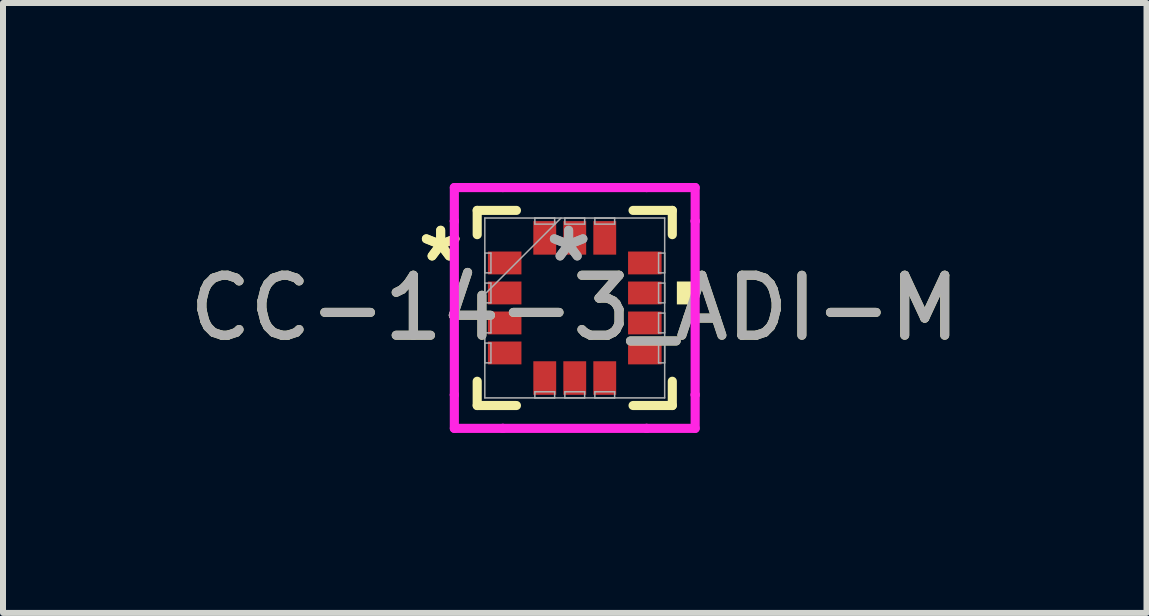
<source format=kicad_pcb>
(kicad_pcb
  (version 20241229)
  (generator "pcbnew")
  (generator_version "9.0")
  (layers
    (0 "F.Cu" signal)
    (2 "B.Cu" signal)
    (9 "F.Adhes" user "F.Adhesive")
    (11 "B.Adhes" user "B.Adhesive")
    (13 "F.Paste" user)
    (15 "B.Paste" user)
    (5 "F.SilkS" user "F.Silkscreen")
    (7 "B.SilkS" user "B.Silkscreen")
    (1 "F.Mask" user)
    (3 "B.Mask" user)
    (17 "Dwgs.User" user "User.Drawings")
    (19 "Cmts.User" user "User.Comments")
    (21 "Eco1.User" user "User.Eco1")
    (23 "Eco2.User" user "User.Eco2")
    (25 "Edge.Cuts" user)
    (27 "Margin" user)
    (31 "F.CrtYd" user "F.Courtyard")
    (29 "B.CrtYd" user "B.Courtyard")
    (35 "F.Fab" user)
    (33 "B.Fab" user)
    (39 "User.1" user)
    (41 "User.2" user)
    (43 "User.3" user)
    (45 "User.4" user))
  (footprint "CC-14-3_ADI-M"
    (layer "F.Cu")
    (at 6.53 2.083)
    (property "Reference" "CC-14-3_ADI-M" (at 0 0 0) (unlocked yes) (layer "F.SilkS") (effects (font (size 1 1) (thickness 0.15))))
    (attr smd)
    (fp_line (start -1.626 -1.626) (end -1.626 -1.222) (stroke (width 0.152) (type solid)) (layer "F.SilkS"))
    (fp_line (start -1.626 1.222) (end -1.626 1.626) (stroke (width 0.152) (type solid)) (layer "F.SilkS"))
    (fp_line (start -1.626 1.626) (end -0.972 1.626) (stroke (width 0.152) (type solid)) (layer "F.SilkS"))
    (fp_line (start -0.972 -1.626) (end -1.626 -1.626) (stroke (width 0.152) (type solid)) (layer "F.SilkS"))
    (fp_line (start 0.972 1.626) (end 1.626 1.626) (stroke (width 0.152) (type solid)) (layer "F.SilkS"))
    (fp_line (start 1.626 -1.626) (end 0.972 -1.626) (stroke (width 0.152) (type solid)) (layer "F.SilkS"))
    (fp_line (start 1.626 -1.222) (end 1.626 -1.626) (stroke (width 0.152) (type solid)) (layer "F.SilkS"))
    (fp_line (start 1.626 1.626) (end 1.626 1.222) (stroke (width 0.152) (type solid)) (layer "F.SilkS"))
    (fp_poly (pts (xy 1.956 -0.441) (xy 1.956 -0.059) (xy 1.702 -0.059) (xy 1.702 -0.441)) (stroke (width 0) (type solid)) (fill yes) (layer "F.SilkS"))
    (fp_line (start -2.007 -2.007) (end -1.198 -2.007) (stroke (width 0.152) (type solid)) (layer "F.CrtYd"))
    (fp_line (start -2.007 -1.448) (end -2.007 -2.007) (stroke (width 0.152) (type solid)) (layer "F.CrtYd"))
    (fp_line (start -2.007 -1.448) (end -2.007 -1.448) (stroke (width 0.152) (type solid)) (layer "F.CrtYd"))
    (fp_line (start -2.007 1.448) (end -2.007 -1.448) (stroke (width 0.152) (type solid)) (layer "F.CrtYd"))
    (fp_line (start -2.007 1.448) (end -2.007 1.448) (stroke (width 0.152) (type solid)) (layer "F.CrtYd"))
    (fp_line (start -2.007 2.007) (end -2.007 1.448) (stroke (width 0.152) (type solid)) (layer "F.CrtYd"))
    (fp_line (start -1.198 -2.007) (end -1.198 -2.007) (stroke (width 0.152) (type solid)) (layer "F.CrtYd"))
    (fp_line (start -1.198 -2.007) (end 1.198 -2.007) (stroke (width 0.152) (type solid)) (layer "F.CrtYd"))
    (fp_line (start -1.198 2.007) (end -2.007 2.007) (stroke (width 0.152) (type solid)) (layer "F.CrtYd"))
    (fp_line (start -1.198 2.007) (end -1.198 2.007) (stroke (width 0.152) (type solid)) (layer "F.CrtYd"))
    (fp_line (start 1.198 -2.007) (end 1.198 -2.007) (stroke (width 0.152) (type solid)) (layer "F.CrtYd"))
    (fp_line (start 1.198 -2.007) (end 2.007 -2.007) (stroke (width 0.152) (type solid)) (layer "F.CrtYd"))
    (fp_line (start 1.198 2.007) (end -1.198 2.007) (stroke (width 0.152) (type solid)) (layer "F.CrtYd"))
    (fp_line (start 1.198 2.007) (end 1.198 2.007) (stroke (width 0.152) (type solid)) (layer "F.CrtYd"))
    (fp_line (start 2.007 -2.007) (end 2.007 -1.448) (stroke (width 0.152) (type solid)) (layer "F.CrtYd"))
    (fp_line (start 2.007 -1.448) (end 2.007 -1.448) (stroke (width 0.152) (type solid)) (layer "F.CrtYd"))
    (fp_line (start 2.007 -1.448) (end 2.007 1.448) (stroke (width 0.152) (type solid)) (layer "F.CrtYd"))
    (fp_line (start 2.007 1.448) (end 2.007 1.448) (stroke (width 0.152) (type solid)) (layer "F.CrtYd"))
    (fp_line (start 2.007 1.448) (end 2.007 2.007) (stroke (width 0.152) (type solid)) (layer "F.CrtYd"))
    (fp_line (start 2.007 2.007) (end 1.198 2.007) (stroke (width 0.152) (type solid)) (layer "F.CrtYd"))
    (fp_line (start -1.499 -1.499) (end -1.499 1.499) (stroke (width 0.025) (type solid)) (layer "F.Fab"))
    (fp_line (start -1.499 -0.915) (end -1.397 -0.915) (stroke (width 0.025) (type solid)) (layer "F.Fab"))
    (fp_line (start -1.499 -0.585) (end -1.499 -0.915) (stroke (width 0.025) (type solid)) (layer "F.Fab"))
    (fp_line (start -1.499 -0.415) (end -1.397 -0.415) (stroke (width 0.025) (type solid)) (layer "F.Fab"))
    (fp_line (start -1.499 -0.229) (end -0.229 -1.499) (stroke (width 0.025) (type solid)) (layer "F.Fab"))
    (fp_line (start -1.499 -0.085) (end -1.499 -0.415) (stroke (width 0.025) (type solid)) (layer "F.Fab"))
    (fp_line (start -1.499 0.085) (end -1.397 0.085) (stroke (width 0.025) (type solid)) (layer "F.Fab"))
    (fp_line (start -1.499 0.415) (end -1.499 0.085) (stroke (width 0.025) (type solid)) (layer "F.Fab"))
    (fp_line (start -1.499 0.585) (end -1.397 0.585) (stroke (width 0.025) (type solid)) (layer "F.Fab"))
    (fp_line (start -1.499 0.915) (end -1.499 0.585) (stroke (width 0.025) (type solid)) (layer "F.Fab"))
    (fp_line (start -1.499 1.499) (end 1.499 1.499) (stroke (width 0.025) (type solid)) (layer "F.Fab"))
    (fp_line (start -1.397 -0.915) (end -1.397 -0.585) (stroke (width 0.025) (type solid)) (layer "F.Fab"))
    (fp_line (start -1.397 -0.585) (end -1.499 -0.585) (stroke (width 0.025) (type solid)) (layer "F.Fab"))
    (fp_line (start -1.397 -0.415) (end -1.397 -0.085) (stroke (width 0.025) (type solid)) (layer "F.Fab"))
    (fp_line (start -1.397 -0.085) (end -1.499 -0.085) (stroke (width 0.025) (type solid)) (layer "F.Fab"))
    (fp_line (start -1.397 0.085) (end -1.397 0.415) (stroke (width 0.025) (type solid)) (layer "F.Fab"))
    (fp_line (start -1.397 0.415) (end -1.499 0.415) (stroke (width 0.025) (type solid)) (layer "F.Fab"))
    (fp_line (start -1.397 0.585) (end -1.397 0.915) (stroke (width 0.025) (type solid)) (layer "F.Fab"))
    (fp_line (start -1.397 0.915) (end -1.499 0.915) (stroke (width 0.025) (type solid)) (layer "F.Fab"))
    (fp_line (start -0.665 -1.499) (end -0.335 -1.499) (stroke (width 0.025) (type solid)) (layer "F.Fab"))
    (fp_line (start -0.665 -1.397) (end -0.665 -1.499) (stroke (width 0.025) (type solid)) (layer "F.Fab"))
    (fp_line (start -0.665 1.397) (end -0.335 1.397) (stroke (width 0.025) (type solid)) (layer "F.Fab"))
    (fp_line (start -0.665 1.499) (end -0.665 1.397) (stroke (width 0.025) (type solid)) (layer "F.Fab"))
    (fp_line (start -0.335 -1.499) (end -0.335 -1.397) (stroke (width 0.025) (type solid)) (layer "F.Fab"))
    (fp_line (start -0.335 -1.397) (end -0.665 -1.397) (stroke (width 0.025) (type solid)) (layer "F.Fab"))
    (fp_line (start -0.335 1.397) (end -0.335 1.499) (stroke (width 0.025) (type solid)) (layer "F.Fab"))
    (fp_line (start -0.335 1.499) (end -0.665 1.499) (stroke (width 0.025) (type solid)) (layer "F.Fab"))
    (fp_line (start -0.165 -1.499) (end 0.165 -1.499) (stroke (width 0.025) (type solid)) (layer "F.Fab"))
    (fp_line (start -0.165 -1.397) (end -0.165 -1.499) (stroke (width 0.025) (type solid)) (layer "F.Fab"))
    (fp_line (start -0.165 1.397) (end 0.165 1.397) (stroke (width 0.025) (type solid)) (layer "F.Fab"))
    (fp_line (start -0.165 1.499) (end -0.165 1.397) (stroke (width 0.025) (type solid)) (layer "F.Fab"))
    (fp_line (start 0.165 -1.499) (end 0.165 -1.397) (stroke (width 0.025) (type solid)) (layer "F.Fab"))
    (fp_line (start 0.165 -1.397) (end -0.165 -1.397) (stroke (width 0.025) (type solid)) (layer "F.Fab"))
    (fp_line (start 0.165 1.397) (end 0.165 1.499) (stroke (width 0.025) (type solid)) (layer "F.Fab"))
    (fp_line (start 0.165 1.499) (end -0.165 1.499) (stroke (width 0.025) (type solid)) (layer "F.Fab"))
    (fp_line (start 0.335 -1.499) (end 0.665 -1.499) (stroke (width 0.025) (type solid)) (layer "F.Fab"))
    (fp_line (start 0.335 -1.397) (end 0.335 -1.499) (stroke (width 0.025) (type solid)) (layer "F.Fab"))
    (fp_line (start 0.335 1.397) (end 0.665 1.397) (stroke (width 0.025) (type solid)) (layer "F.Fab"))
    (fp_line (start 0.335 1.499) (end 0.335 1.397) (stroke (width 0.025) (type solid)) (layer "F.Fab"))
    (fp_line (start 0.665 -1.499) (end 0.665 -1.397) (stroke (width 0.025) (type solid)) (layer "F.Fab"))
    (fp_line (start 0.665 -1.397) (end 0.335 -1.397) (stroke (width 0.025) (type solid)) (layer "F.Fab"))
    (fp_line (start 0.665 1.397) (end 0.665 1.499) (stroke (width 0.025) (type solid)) (layer "F.Fab"))
    (fp_line (start 0.665 1.499) (end 0.335 1.499) (stroke (width 0.025) (type solid)) (layer "F.Fab"))
    (fp_line (start 1.397 -0.915) (end 1.499 -0.915) (stroke (width 0.025) (type solid)) (layer "F.Fab"))
    (fp_line (start 1.397 -0.585) (end 1.397 -0.915) (stroke (width 0.025) (type solid)) (layer "F.Fab"))
    (fp_line (start 1.397 -0.415) (end 1.499 -0.415) (stroke (width 0.025) (type solid)) (layer "F.Fab"))
    (fp_line (start 1.397 -0.085) (end 1.397 -0.415) (stroke (width 0.025) (type solid)) (layer "F.Fab"))
    (fp_line (start 1.397 0.085) (end 1.499 0.085) (stroke (width 0.025) (type solid)) (layer "F.Fab"))
    (fp_line (start 1.397 0.415) (end 1.397 0.085) (stroke (width 0.025) (type solid)) (layer "F.Fab"))
    (fp_line (start 1.397 0.585) (end 1.499 0.585) (stroke (width 0.025) (type solid)) (layer "F.Fab"))
    (fp_line (start 1.397 0.915) (end 1.397 0.585) (stroke (width 0.025) (type solid)) (layer "F.Fab"))
    (fp_line (start 1.499 -1.499) (end -1.499 -1.499) (stroke (width 0.025) (type solid)) (layer "F.Fab"))
    (fp_line (start 1.499 -0.915) (end 1.499 -0.585) (stroke (width 0.025) (type solid)) (layer "F.Fab"))
    (fp_line (start 1.499 -0.585) (end 1.397 -0.585) (stroke (width 0.025) (type solid)) (layer "F.Fab"))
    (fp_line (start 1.499 -0.415) (end 1.499 -0.085) (stroke (width 0.025) (type solid)) (layer "F.Fab"))
    (fp_line (start 1.499 -0.085) (end 1.397 -0.085) (stroke (width 0.025) (type solid)) (layer "F.Fab"))
    (fp_line (start 1.499 0.085) (end 1.499 0.415) (stroke (width 0.025) (type solid)) (layer "F.Fab"))
    (fp_line (start 1.499 0.415) (end 1.397 0.415) (stroke (width 0.025) (type solid)) (layer "F.Fab"))
    (fp_line (start 1.499 0.585) (end 1.499 0.915) (stroke (width 0.025) (type solid)) (layer "F.Fab"))
    (fp_line (start 1.499 0.915) (end 1.397 0.915) (stroke (width 0.025) (type solid)) (layer "F.Fab"))
    (fp_line (start 1.499 1.499) (end 1.499 -1.499) (stroke (width 0.025) (type solid)) (layer "F.Fab"))
    (fp_text user "*" (at -2.235 -0.75 0) (layer "F.SilkS") (effects (font (size 1 1) (thickness 0.15))))
    (fp_text user "*" (at -2.235 -0.75 0) (unlocked yes) (layer "F.SilkS") (effects (font (size 1 1) (thickness 0.15))))
    (fp_text user "${REFERENCE}" (at 0 0 0) (unlocked yes) (layer "F.Fab") (effects (font (size 1 1) (thickness 0.15))))
    (fp_text user "*" (at -0.102 -0.75 0) (unlocked yes) (layer "F.Fab") (effects (font (size 1 1) (thickness 0.15))))
    (fp_text user "*" (at -0.102 -0.75 0) (layer "F.Fab") (effects (font (size 1 1) (thickness 0.15))))
    (pad "1" smd rect (at -1.168 -0.75 90) (size 0.381 0.559) (layers "F.Cu" "F.Mask" "F.Paste"))
    (pad "2" smd rect (at -1.168 -0.25 90) (size 0.381 0.559) (layers "F.Cu" "F.Mask" "F.Paste"))
    (pad "3" smd rect (at -1.168 0.25 90) (size 0.381 0.559) (layers "F.Cu" "F.Mask" "F.Paste"))
    (pad "4" smd rect (at -1.168 0.75 90) (size 0.381 0.559) (layers "F.Cu" "F.Mask" "F.Paste"))
    (pad "5" smd rect (at -0.5 1.168) (size 0.381 0.559) (layers "F.Cu" "F.Mask" "F.Paste"))
    (pad "6" smd rect (at 0 1.168) (size 0.381 0.559) (layers "F.Cu" "F.Mask" "F.Paste"))
    (pad "7" smd rect (at 0.5 1.168) (size 0.381 0.559) (layers "F.Cu" "F.Mask" "F.Paste"))
    (pad "8" smd rect (at 1.168 0.75 90) (size 0.381 0.559) (layers "F.Cu" "F.Mask" "F.Paste"))
    (pad "9" smd rect (at 1.168 0.25 90) (size 0.381 0.559) (layers "F.Cu" "F.Mask" "F.Paste"))
    (pad "10" smd rect (at 1.168 -0.25 90) (size 0.381 0.559) (layers "F.Cu" "F.Mask" "F.Paste"))
    (pad "11" smd rect (at 1.168 -0.75 90) (size 0.381 0.559) (layers "F.Cu" "F.Mask" "F.Paste"))
    (pad "12" smd rect (at 0.5 -1.168) (size 0.381 0.559) (layers "F.Cu" "F.Mask" "F.Paste"))
    (pad "13" smd rect (at 0 -1.168) (size 0.381 0.559) (layers "F.Cu" "F.Mask" "F.Paste"))
    (pad "14" smd rect (at -0.5 -1.168) (size 0.381 0.559) (layers "F.Cu" "F.Mask" "F.Paste")))
  (gr_rect
    (start -3 -3)
    (end 16.06 7.166)
    (stroke (width 0.1) (type default))
    (fill no)
    (layer "Edge.Cuts")))
</source>
